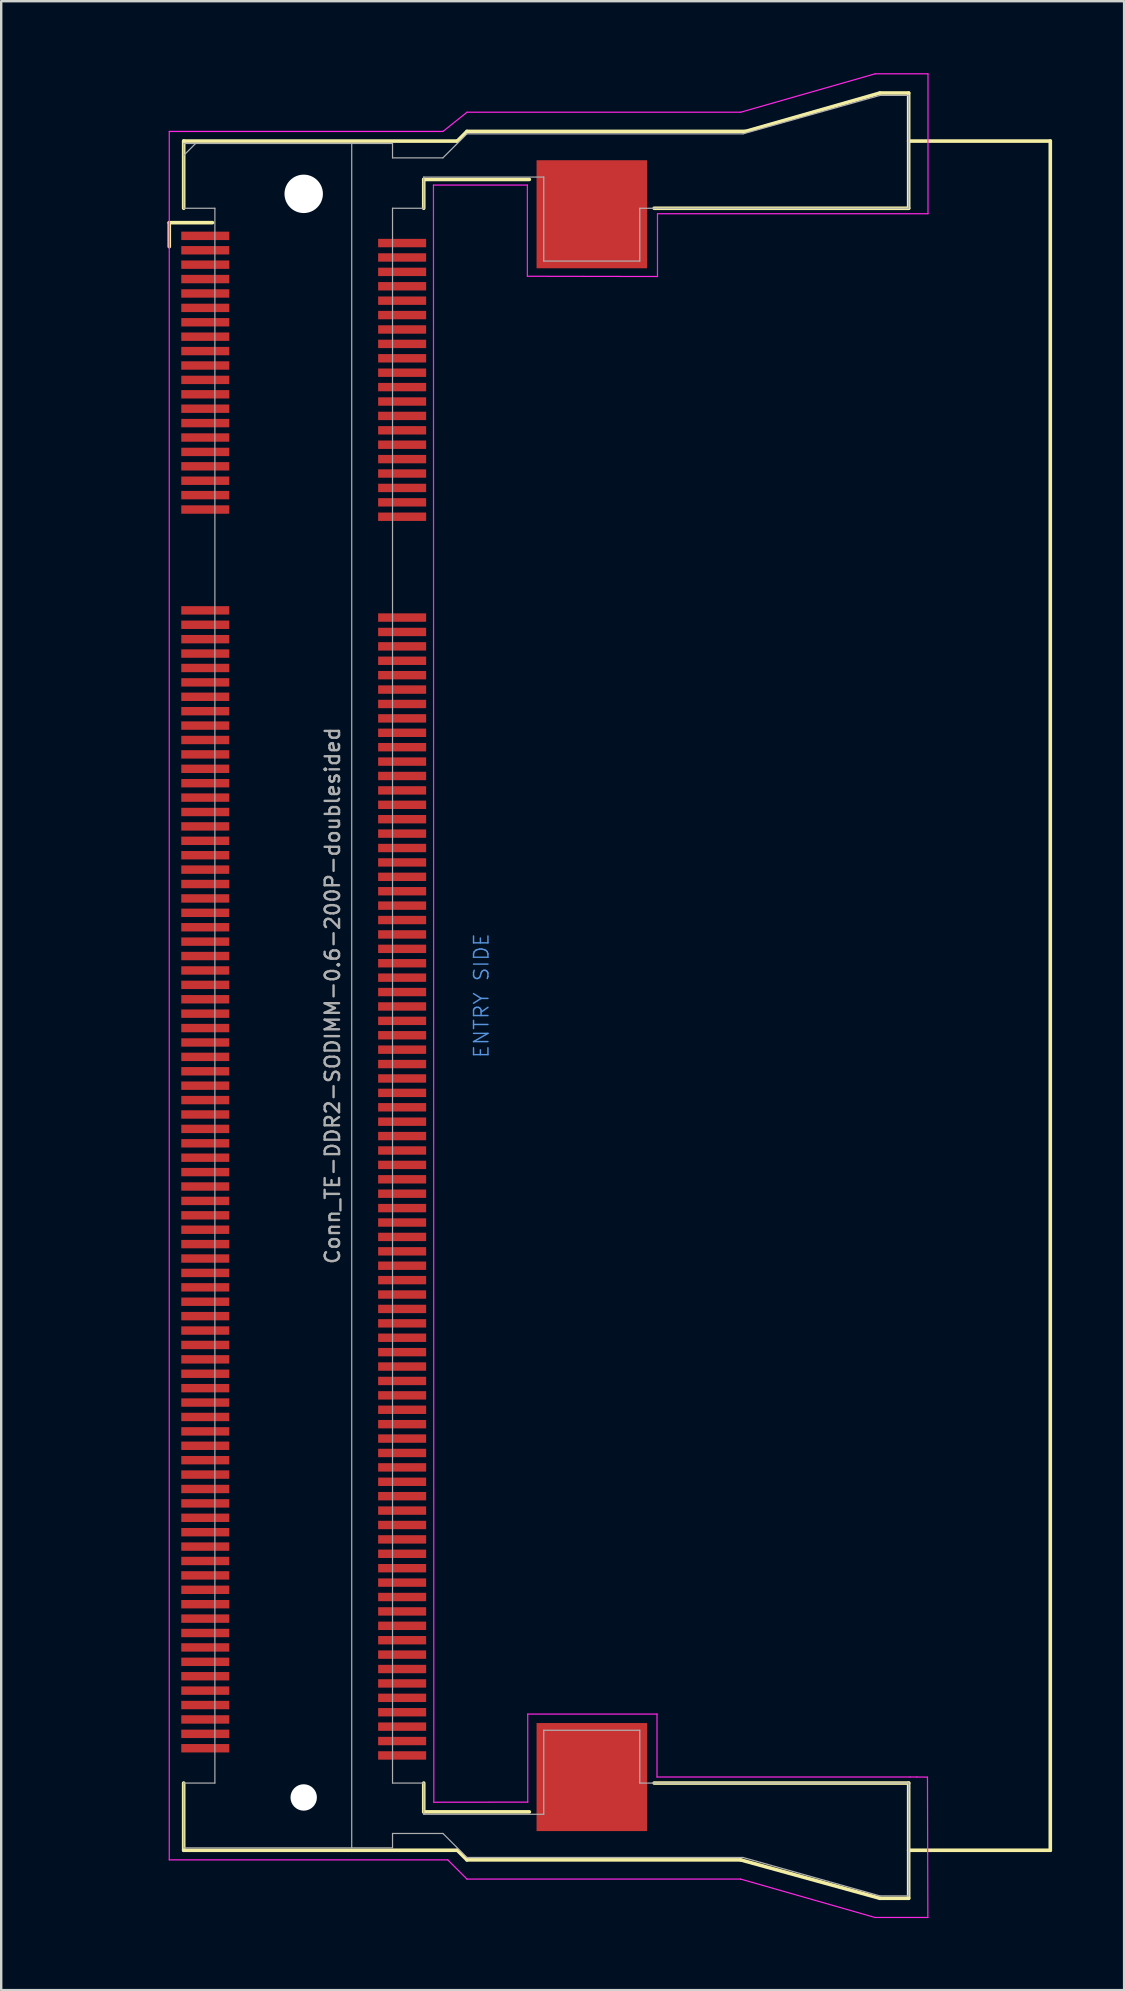
<source format=kicad_pcb>
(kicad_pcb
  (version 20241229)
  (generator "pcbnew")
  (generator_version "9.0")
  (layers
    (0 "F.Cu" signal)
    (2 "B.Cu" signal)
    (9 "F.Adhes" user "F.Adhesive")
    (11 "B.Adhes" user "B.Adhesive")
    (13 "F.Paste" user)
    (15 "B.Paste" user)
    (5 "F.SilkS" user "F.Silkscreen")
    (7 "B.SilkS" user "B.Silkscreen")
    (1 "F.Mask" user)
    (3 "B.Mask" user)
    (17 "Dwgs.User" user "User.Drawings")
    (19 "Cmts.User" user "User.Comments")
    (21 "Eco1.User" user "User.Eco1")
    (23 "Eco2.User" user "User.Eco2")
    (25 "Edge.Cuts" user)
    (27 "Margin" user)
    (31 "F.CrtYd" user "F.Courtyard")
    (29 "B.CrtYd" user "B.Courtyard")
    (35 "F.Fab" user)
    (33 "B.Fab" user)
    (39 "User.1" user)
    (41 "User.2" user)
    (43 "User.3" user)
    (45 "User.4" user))
  (footprint "Conn_TE-DDR2-SODIMM-0.6-200P-doublesided"
    (layer "F.Cu")
    (at 9.601 38.425)
    (property "Reference" "Conn_TE-DDR2-SODIMM-0.6-200P-doublesided" (at 1.2 0 90) (layer "F.Fab") (effects (font (size 0.6 0.6) (thickness 0.1))))
    (attr through_hole)
    (fp_line (start -5.6 -32.2) (end -3.8 -32.2) (stroke (width 0.15) (type solid)) (layer "F.SilkS"))
    (fp_line (start -5.6 -31.2) (end -5.6 -32.2) (stroke (width 0.15) (type solid)) (layer "F.SilkS"))
    (fp_line (start -5 -35.6) (end 6.4 -35.6) (stroke (width 0.15) (type solid)) (layer "F.SilkS"))
    (fp_line (start -5 -32.8) (end -5 -35.6) (stroke (width 0.15) (type solid)) (layer "F.SilkS"))
    (fp_line (start -5 32.8) (end -5 35.6) (stroke (width 0.15) (type solid)) (layer "F.SilkS"))
    (fp_line (start -5 35.6) (end 6.4 35.6) (stroke (width 0.15) (type solid)) (layer "F.SilkS"))
    (fp_line (start 5 -34) (end 9.4 -34) (stroke (width 0.15) (type solid)) (layer "F.SilkS"))
    (fp_line (start 5 -32.8) (end 5 -34) (stroke (width 0.15) (type solid)) (layer "F.SilkS"))
    (fp_line (start 5 34) (end 5 32.8) (stroke (width 0.15) (type solid)) (layer "F.SilkS"))
    (fp_line (start 6.4 -35.6) (end 6.8 -36) (stroke (width 0.15) (type solid)) (layer "F.SilkS"))
    (fp_line (start 6.4 35.6) (end 6.8 36) (stroke (width 0.15) (type solid)) (layer "F.SilkS"))
    (fp_line (start 6.8 -36) (end 18.4 -36) (stroke (width 0.15) (type solid)) (layer "F.SilkS"))
    (fp_line (start 6.8 36) (end 18.2 36) (stroke (width 0.15) (type solid)) (layer "F.SilkS"))
    (fp_line (start 9.4 34) (end 5 34) (stroke (width 0.15) (type solid)) (layer "F.SilkS"))
    (fp_line (start 14.6 -32.8) (end 25.2 -32.8) (stroke (width 0.15) (type solid)) (layer "F.SilkS"))
    (fp_line (start 14.6 32.8) (end 25.2 32.8) (stroke (width 0.15) (type solid)) (layer "F.SilkS"))
    (fp_line (start 18.2 36) (end 24 37.6) (stroke (width 0.15) (type solid)) (layer "F.SilkS"))
    (fp_line (start 18.4 -36) (end 24 -37.6) (stroke (width 0.15) (type solid)) (layer "F.SilkS"))
    (fp_line (start 24 -37.6) (end 25.2 -37.6) (stroke (width 0.15) (type solid)) (layer "F.SilkS"))
    (fp_line (start 24 37.6) (end 25.2 37.6) (stroke (width 0.15) (type solid)) (layer "F.SilkS"))
    (fp_line (start 25.2 -37.6) (end 25.2 -32.8) (stroke (width 0.15) (type solid)) (layer "F.SilkS"))
    (fp_line (start 25.2 -35.6) (end 31.1 -35.6) (stroke (width 0.15) (type solid)) (layer "F.SilkS"))
    (fp_line (start 25.2 35.6) (end 31.1 35.6) (stroke (width 0.15) (type solid)) (layer "F.SilkS"))
    (fp_line (start 25.2 37.6) (end 25.2 32.8) (stroke (width 0.15) (type solid)) (layer "F.SilkS"))
    (fp_line (start 31.1 -35.6) (end 31.1 35.6) (stroke (width 0.15) (type solid)) (layer "F.SilkS"))
    (fp_line (start -5.6 -36) (end -5.6 36) (stroke (width 0.05) (type solid)) (layer "F.CrtYd"))
    (fp_line (start -5.6 -36) (end 5.8 -36) (stroke (width 0.05) (type solid)) (layer "F.CrtYd"))
    (fp_line (start -5.6 36) (end 6 36) (stroke (width 0.05) (type solid)) (layer "F.CrtYd"))
    (fp_line (start 5.405 -33.767) (end 5.42 33.599) (stroke (width 0.05) (type solid)) (layer "F.CrtYd"))
    (fp_line (start 5.42 33.599) (end 9.332 33.594) (stroke (width 0.05) (type solid)) (layer "F.CrtYd"))
    (fp_line (start 6 36) (end 6.8 36.8) (stroke (width 0.05) (type solid)) (layer "F.CrtYd"))
    (fp_line (start 6.8 -36.8) (end 5.8 -36) (stroke (width 0.05) (type solid)) (layer "F.CrtYd"))
    (fp_line (start 6.8 36.8) (end 18.2 36.8) (stroke (width 0.05) (type solid)) (layer "F.CrtYd"))
    (fp_line (start 9.317 -33.767) (end 5.405 -33.767) (stroke (width 0.05) (type solid)) (layer "F.CrtYd"))
    (fp_line (start 9.317 -29.967) (end 9.317 -33.767) (stroke (width 0.05) (type solid)) (layer "F.CrtYd"))
    (fp_line (start 9.332 29.926) (end 14.717 29.926) (stroke (width 0.05) (type solid)) (layer "F.CrtYd"))
    (fp_line (start 9.332 33.594) (end 9.332 29.926) (stroke (width 0.05) (type solid)) (layer "F.CrtYd"))
    (fp_line (start 14.717 29.926) (end 14.717 32.548) (stroke (width 0.05) (type solid)) (layer "F.CrtYd"))
    (fp_line (start 14.717 32.548) (end 25.258 32.548) (stroke (width 0.05) (type solid)) (layer "F.CrtYd"))
    (fp_line (start 14.737 -32.573) (end 14.737 -30.058) (stroke (width 0.05) (type solid)) (layer "F.CrtYd"))
    (fp_line (start 14.737 -30.058) (end 14.737 -29.957) (stroke (width 0.05) (type solid)) (layer "F.CrtYd"))
    (fp_line (start 14.737 -29.957) (end 9.317 -29.967) (stroke (width 0.05) (type solid)) (layer "F.CrtYd"))
    (fp_line (start 18.2 -36.8) (end 6.8 -36.8) (stroke (width 0.05) (type solid)) (layer "F.CrtYd"))
    (fp_line (start 18.2 36.8) (end 23.8 38.4) (stroke (width 0.05) (type solid)) (layer "F.CrtYd"))
    (fp_line (start 23.8 -38.4) (end 18.2 -36.8) (stroke (width 0.05) (type solid)) (layer "F.CrtYd"))
    (fp_line (start 23.8 38.4) (end 26 38.4) (stroke (width 0.05) (type solid)) (layer "F.CrtYd"))
    (fp_line (start 25.258 32.548) (end 25.542 32.548) (stroke (width 0.05) (type solid)) (layer "F.CrtYd"))
    (fp_line (start 25.542 32.548) (end 25.984 32.553) (stroke (width 0.05) (type solid)) (layer "F.CrtYd"))
    (fp_line (start 25.984 32.553) (end 25.999 38.4) (stroke (width 0.05) (type solid)) (layer "F.CrtYd"))
    (fp_line (start 26 -38.4) (end 23.8 -38.4) (stroke (width 0.05) (type solid)) (layer "F.CrtYd"))
    (fp_line (start 26.005 -38.4) (end 26.005 -32.573) (stroke (width 0.05) (type solid)) (layer "F.CrtYd"))
    (fp_line (start 26.005 -32.573) (end 14.737 -32.573) (stroke (width 0.05) (type solid)) (layer "F.CrtYd"))
    (fp_line (start -5 -35.5) (end -5 -32.8) (stroke (width 0.05) (type solid)) (layer "F.Fab"))
    (fp_line (start -5 -35.5) (end 2 -35.5) (stroke (width 0.05) (type solid)) (layer "F.Fab"))
    (fp_line (start -5 -35) (end -4.5 -35.5) (stroke (width 0.05) (type solid)) (layer "F.Fab"))
    (fp_line (start -5 -32.8) (end -3.7 -32.8) (stroke (width 0.05) (type solid)) (layer "F.Fab"))
    (fp_line (start -5 32.8) (end -3.7 32.8) (stroke (width 0.05) (type solid)) (layer "F.Fab"))
    (fp_line (start -5 35.5) (end -5 32.8) (stroke (width 0.05) (type solid)) (layer "F.Fab"))
    (fp_line (start -3.7 32.8) (end -3.7 -32.8) (stroke (width 0.05) (type solid)) (layer "F.Fab"))
    (fp_line (start 2 -35.5) (end 2 35.5) (stroke (width 0.05) (type solid)) (layer "F.Fab"))
    (fp_line (start 2 35.5) (end -5 35.5) (stroke (width 0.05) (type solid)) (layer "F.Fab"))
    (fp_line (start 3.7 -35.5) (end 2 -35.5) (stroke (width 0.05) (type solid)) (layer "F.Fab"))
    (fp_line (start 3.7 -35.5) (end 3.7 -34.9) (stroke (width 0.05) (type solid)) (layer "F.Fab"))
    (fp_line (start 3.7 -32.8) (end 3.7 32.8) (stroke (width 0.05) (type solid)) (layer "F.Fab"))
    (fp_line (start 3.7 -32.8) (end 5 -32.8) (stroke (width 0.05) (type solid)) (layer "F.Fab"))
    (fp_line (start 3.7 34.9) (end 3.7 35.5) (stroke (width 0.05) (type solid)) (layer "F.Fab"))
    (fp_line (start 3.7 34.9) (end 5.8 34.9) (stroke (width 0.05) (type solid)) (layer "F.Fab"))
    (fp_line (start 3.7 35.5) (end 2 35.5) (stroke (width 0.05) (type solid)) (layer "F.Fab"))
    (fp_line (start 5 -34.1) (end 10 -34.1) (stroke (width 0.05) (type solid)) (layer "F.Fab"))
    (fp_line (start 5 -32.8) (end 5 -34.1) (stroke (width 0.05) (type solid)) (layer "F.Fab"))
    (fp_line (start 5 32.8) (end 3.7 32.8) (stroke (width 0.05) (type solid)) (layer "F.Fab"))
    (fp_line (start 5 34.1) (end 5 32.8) (stroke (width 0.05) (type solid)) (layer "F.Fab"))
    (fp_line (start 5 34.1) (end 10 34.1) (stroke (width 0.05) (type solid)) (layer "F.Fab"))
    (fp_line (start 5.8 -34.9) (end 3.7 -34.9) (stroke (width 0.05) (type solid)) (layer "F.Fab"))
    (fp_line (start 5.8 -34.9) (end 6.8 -35.9) (stroke (width 0.05) (type solid)) (layer "F.Fab"))
    (fp_line (start 5.8 34.9) (end 6.8 35.9) (stroke (width 0.05) (type solid)) (layer "F.Fab"))
    (fp_line (start 6.8 -35.9) (end 18.3 -35.9) (stroke (width 0.05) (type solid)) (layer "F.Fab"))
    (fp_line (start 10 -34.1) (end 10 -30.6) (stroke (width 0.05) (type solid)) (layer "F.Fab"))
    (fp_line (start 10 -30.6) (end 14 -30.6) (stroke (width 0.05) (type solid)) (layer "F.Fab"))
    (fp_line (start 10 30.6) (end 14 30.6) (stroke (width 0.05) (type solid)) (layer "F.Fab"))
    (fp_line (start 10 34.1) (end 10 30.6) (stroke (width 0.05) (type solid)) (layer "F.Fab"))
    (fp_line (start 14 -32.8) (end 25.2 -32.8) (stroke (width 0.05) (type solid)) (layer "F.Fab"))
    (fp_line (start 14 -30.6) (end 14 -32.8) (stroke (width 0.05) (type solid)) (layer "F.Fab"))
    (fp_line (start 14 30.6) (end 14 32.8) (stroke (width 0.05) (type solid)) (layer "F.Fab"))
    (fp_line (start 14 32.8) (end 25.2 32.8) (stroke (width 0.05) (type solid)) (layer "F.Fab"))
    (fp_line (start 18.3 35.9) (end 6.8 35.9) (stroke (width 0.05) (type solid)) (layer "F.Fab"))
    (fp_line (start 18.3 35.9) (end 24 37.5) (stroke (width 0.05) (type solid)) (layer "F.Fab"))
    (fp_line (start 24 -37.5) (end 18.3 -35.9) (stroke (width 0.05) (type solid)) (layer "F.Fab"))
    (fp_line (start 25.2 -37.5) (end 24 -37.5) (stroke (width 0.05) (type solid)) (layer "F.Fab"))
    (fp_line (start 25.2 -32.8) (end 25.2 -37.5) (stroke (width 0.05) (type solid)) (layer "F.Fab"))
    (fp_line (start 25.2 37.5) (end 24 37.5) (stroke (width 0.05) (type solid)) (layer "F.Fab"))
    (fp_line (start 25.2 37.5) (end 25.2 32.8) (stroke (width 0.05) (type solid)) (layer "F.Fab"))
    (fp_text user "ENTRY SIDE" (at 7.4 0 90) (layer "Cmts.User") (effects (font (size 0.6 0.6) (thickness 0.06))))
    (fp_text user "${REFERENCE}" (at -4 -35 0) (layer "Eco1.User") (effects (font (size 0.3 0.3) (thickness 0.03))))
    (pad "" np_thru_hole circle (at 0 -33.4) (size 1.6 1.6) (drill 1.6) (layers "*.Cu"))
    (pad "" np_thru_hole circle (at 0 33.4) (size 1.1 1.1) (drill 1.1) (layers "*.Cu"))
    (pad "" smd rect (at 12 -32.55) (size 4.6 4.5) (layers "F.Cu" "F.Mask" "F.Paste"))
    (pad "" smd rect (at 12 32.55) (size 4.6 4.5) (layers "F.Cu" "F.Mask" "F.Paste"))
    (pad "1" smd rect (at -4.1 -31.65) (size 2 0.35) (layers "F.Cu" "F.Mask" "F.Paste"))
    (pad "2" smd rect (at 4.1 -31.35) (size 2 0.35) (layers "F.Cu" "F.Mask" "F.Paste"))
    (pad "3" smd rect (at -4.1 -31.05) (size 2 0.35) (layers "F.Cu" "F.Mask" "F.Paste"))
    (pad "4" smd rect (at 4.1 -30.75) (size 2 0.35) (layers "F.Cu" "F.Mask" "F.Paste"))
    (pad "5" smd rect (at -4.1 -30.45) (size 2 0.35) (layers "F.Cu" "F.Mask" "F.Paste"))
    (pad "6" smd rect (at 4.1 -30.15) (size 2 0.35) (layers "F.Cu" "F.Mask" "F.Paste"))
    (pad "7" smd rect (at -4.1 -29.85) (size 2 0.35) (layers "F.Cu" "F.Mask" "F.Paste"))
    (pad "8" smd rect (at 4.1 -29.55) (size 2 0.35) (layers "F.Cu" "F.Mask" "F.Paste"))
    (pad "9" smd rect (at -4.1 -29.25) (size 2 0.35) (layers "F.Cu" "F.Mask" "F.Paste"))
    (pad "10" smd rect (at 4.1 -28.95) (size 2 0.35) (layers "F.Cu" "F.Mask" "F.Paste"))
    (pad "11" smd rect (at -4.1 -28.65) (size 2 0.35) (layers "F.Cu" "F.Mask" "F.Paste"))
    (pad "12" smd rect (at 4.1 -28.35) (size 2 0.35) (layers "F.Cu" "F.Mask" "F.Paste"))
    (pad "13" smd rect (at -4.1 -28.05) (size 2 0.35) (layers "F.Cu" "F.Mask" "F.Paste"))
    (pad "14" smd rect (at 4.1 -27.75) (size 2 0.35) (layers "F.Cu" "F.Mask" "F.Paste"))
    (pad "15" smd rect (at -4.1 -27.45) (size 2 0.35) (layers "F.Cu" "F.Mask" "F.Paste"))
    (pad "16" smd rect (at 4.1 -27.15) (size 2 0.35) (layers "F.Cu" "F.Mask" "F.Paste"))
    (pad "17" smd rect (at -4.1 -26.85) (size 2 0.35) (layers "F.Cu" "F.Mask" "F.Paste"))
    (pad "18" smd rect (at 4.1 -26.55) (size 2 0.35) (layers "F.Cu" "F.Mask" "F.Paste"))
    (pad "19" smd rect (at -4.1 -26.25) (size 2 0.35) (layers "F.Cu" "F.Mask" "F.Paste"))
    (pad "20" smd rect (at 4.1 -25.95) (size 2 0.35) (layers "F.Cu" "F.Mask" "F.Paste"))
    (pad "21" smd rect (at -4.1 -25.65) (size 2 0.35) (layers "F.Cu" "F.Mask" "F.Paste"))
    (pad "22" smd rect (at 4.1 -25.35) (size 2 0.35) (layers "F.Cu" "F.Mask" "F.Paste"))
    (pad "23" smd rect (at -4.1 -25.05) (size 2 0.35) (layers "F.Cu" "F.Mask" "F.Paste"))
    (pad "24" smd rect (at 4.1 -24.75) (size 2 0.35) (layers "F.Cu" "F.Mask" "F.Paste"))
    (pad "25" smd rect (at -4.1 -24.45) (size 2 0.35) (layers "F.Cu" "F.Mask" "F.Paste"))
    (pad "26" smd rect (at 4.1 -24.15) (size 2 0.35) (layers "F.Cu" "F.Mask" "F.Paste"))
    (pad "27" smd rect (at -4.1 -23.85) (size 2 0.35) (layers "F.Cu" "F.Mask" "F.Paste"))
    (pad "28" smd rect (at 4.1 -23.55) (size 2 0.35) (layers "F.Cu" "F.Mask" "F.Paste"))
    (pad "29" smd rect (at -4.1 -23.25) (size 2 0.35) (layers "F.Cu" "F.Mask" "F.Paste"))
    (pad "30" smd rect (at 4.1 -22.95) (size 2 0.35) (layers "F.Cu" "F.Mask" "F.Paste"))
    (pad "31" smd rect (at -4.1 -22.65) (size 2 0.35) (layers "F.Cu" "F.Mask" "F.Paste"))
    (pad "32" smd rect (at 4.1 -22.35) (size 2 0.35) (layers "F.Cu" "F.Mask" "F.Paste"))
    (pad "33" smd rect (at -4.1 -22.05) (size 2 0.35) (layers "F.Cu" "F.Mask" "F.Paste"))
    (pad "34" smd rect (at 4.1 -21.75) (size 2 0.35) (layers "F.Cu" "F.Mask" "F.Paste"))
    (pad "35" smd rect (at -4.1 -21.45) (size 2 0.35) (layers "F.Cu" "F.Mask" "F.Paste"))
    (pad "36" smd rect (at 4.1 -21.15) (size 2 0.35) (layers "F.Cu" "F.Mask" "F.Paste"))
    (pad "37" smd rect (at -4.1 -20.85) (size 2 0.35) (layers "F.Cu" "F.Mask" "F.Paste"))
    (pad "38" smd rect (at 4.1 -20.55) (size 2 0.35) (layers "F.Cu" "F.Mask" "F.Paste"))
    (pad "39" smd rect (at -4.1 -20.25) (size 2 0.35) (layers "F.Cu" "F.Mask" "F.Paste"))
    (pad "40" smd rect (at 4.1 -19.95) (size 2 0.35) (layers "F.Cu" "F.Mask" "F.Paste"))
    (pad "41" smd rect (at -4.1 -16.05) (size 2 0.35) (layers "F.Cu" "F.Mask" "F.Paste"))
    (pad "42" smd rect (at 4.1 -15.75) (size 2 0.35) (layers "F.Cu" "F.Mask" "F.Paste"))
    (pad "43" smd rect (at -4.1 -15.45) (size 2 0.35) (layers "F.Cu" "F.Mask" "F.Paste"))
    (pad "44" smd rect (at 4.1 -15.15) (size 2 0.35) (layers "F.Cu" "F.Mask" "F.Paste"))
    (pad "45" smd rect (at -4.1 -14.85) (size 2 0.35) (layers "F.Cu" "F.Mask" "F.Paste"))
    (pad "46" smd rect (at 4.1 -14.55) (size 2 0.35) (layers "F.Cu" "F.Mask" "F.Paste"))
    (pad "47" smd rect (at -4.1 -14.25) (size 2 0.35) (layers "F.Cu" "F.Mask" "F.Paste"))
    (pad "48" smd rect (at 4.1 -13.95) (size 2 0.35) (layers "F.Cu" "F.Mask" "F.Paste"))
    (pad "49" smd rect (at -4.1 -13.65) (size 2 0.35) (layers "F.Cu" "F.Mask" "F.Paste"))
    (pad "50" smd rect (at 4.1 -13.35) (size 2 0.35) (layers "F.Cu" "F.Mask" "F.Paste"))
    (pad "51" smd rect (at -4.1 -13.05) (size 2 0.35) (layers "F.Cu" "F.Mask" "F.Paste"))
    (pad "52" smd rect (at 4.1 -12.75) (size 2 0.35) (layers "F.Cu" "F.Mask" "F.Paste"))
    (pad "53" smd rect (at -4.1 -12.45) (size 2 0.35) (layers "F.Cu" "F.Mask" "F.Paste"))
    (pad "54" smd rect (at 4.1 -12.15) (size 2 0.35) (layers "F.Cu" "F.Mask" "F.Paste"))
    (pad "55" smd rect (at -4.1 -11.85) (size 2 0.35) (layers "F.Cu" "F.Mask" "F.Paste"))
    (pad "56" smd rect (at 4.1 -11.55) (size 2 0.35) (layers "F.Cu" "F.Mask" "F.Paste"))
    (pad "57" smd rect (at -4.1 -11.25) (size 2 0.35) (layers "F.Cu" "F.Mask" "F.Paste"))
    (pad "58" smd rect (at 4.1 -10.95) (size 2 0.35) (layers "F.Cu" "F.Mask" "F.Paste"))
    (pad "59" smd rect (at -4.1 -10.65) (size 2 0.35) (layers "F.Cu" "F.Mask" "F.Paste"))
    (pad "60" smd rect (at 4.1 -10.35) (size 2 0.35) (layers "F.Cu" "F.Mask" "F.Paste"))
    (pad "61" smd rect (at -4.1 -10.05) (size 2 0.35) (layers "F.Cu" "F.Mask" "F.Paste"))
    (pad "62" smd rect (at 4.1 -9.75) (size 2 0.35) (layers "F.Cu" "F.Mask" "F.Paste"))
    (pad "63" smd rect (at -4.1 -9.45) (size 2 0.35) (layers "F.Cu" "F.Mask" "F.Paste"))
    (pad "64" smd rect (at 4.1 -9.15) (size 2 0.35) (layers "F.Cu" "F.Mask" "F.Paste"))
    (pad "65" smd rect (at -4.1 -8.85) (size 2 0.35) (layers "F.Cu" "F.Mask" "F.Paste"))
    (pad "66" smd rect (at 4.1 -8.55) (size 2 0.35) (layers "F.Cu" "F.Mask" "F.Paste"))
    (pad "67" smd rect (at -4.1 -8.25) (size 2 0.35) (layers "F.Cu" "F.Mask" "F.Paste"))
    (pad "68" smd rect (at 4.1 -7.95) (size 2 0.35) (layers "F.Cu" "F.Mask" "F.Paste"))
    (pad "69" smd rect (at -4.1 -7.65) (size 2 0.35) (layers "F.Cu" "F.Mask" "F.Paste"))
    (pad "70" smd rect (at 4.1 -7.35) (size 2 0.35) (layers "F.Cu" "F.Mask" "F.Paste"))
    (pad "71" smd rect (at -4.1 -7.05) (size 2 0.35) (layers "F.Cu" "F.Mask" "F.Paste"))
    (pad "72" smd rect (at 4.1 -6.75) (size 2 0.35) (layers "F.Cu" "F.Mask" "F.Paste"))
    (pad "73" smd rect (at -4.1 -6.45) (size 2 0.35) (layers "F.Cu" "F.Mask" "F.Paste"))
    (pad "74" smd rect (at 4.1 -6.15) (size 2 0.35) (layers "F.Cu" "F.Mask" "F.Paste"))
    (pad "75" smd rect (at -4.1 -5.85) (size 2 0.35) (layers "F.Cu" "F.Mask" "F.Paste"))
    (pad "76" smd rect (at 4.1 -5.55) (size 2 0.35) (layers "F.Cu" "F.Mask" "F.Paste"))
    (pad "77" smd rect (at -4.1 -5.25) (size 2 0.35) (layers "F.Cu" "F.Mask" "F.Paste"))
    (pad "78" smd rect (at 4.1 -4.95) (size 2 0.35) (layers "F.Cu" "F.Mask" "F.Paste"))
    (pad "79" smd rect (at -4.1 -4.65) (size 2 0.35) (layers "F.Cu" "F.Mask" "F.Paste"))
    (pad "80" smd rect (at 4.1 -4.35) (size 2 0.35) (layers "F.Cu" "F.Mask" "F.Paste"))
    (pad "81" smd rect (at -4.1 -4.05) (size 2 0.35) (layers "F.Cu" "F.Mask" "F.Paste"))
    (pad "82" smd rect (at 4.1 -3.75) (size 2 0.35) (layers "F.Cu" "F.Mask" "F.Paste"))
    (pad "83" smd rect (at -4.1 -3.45) (size 2 0.35) (layers "F.Cu" "F.Mask" "F.Paste"))
    (pad "84" smd rect (at 4.1 -3.15) (size 2 0.35) (layers "F.Cu" "F.Mask" "F.Paste"))
    (pad "85" smd rect (at -4.1 -2.85) (size 2 0.35) (layers "F.Cu" "F.Mask" "F.Paste"))
    (pad "86" smd rect (at 4.1 -2.55) (size 2 0.35) (layers "F.Cu" "F.Mask" "F.Paste"))
    (pad "87" smd rect (at -4.1 -2.25) (size 2 0.35) (layers "F.Cu" "F.Mask" "F.Paste"))
    (pad "88" smd rect (at 4.1 -1.95) (size 2 0.35) (layers "F.Cu" "F.Mask" "F.Paste"))
    (pad "89" smd rect (at -4.1 -1.65) (size 2 0.35) (layers "F.Cu" "F.Mask" "F.Paste"))
    (pad "90" smd rect (at 4.1 -1.35) (size 2 0.35) (layers "F.Cu" "F.Mask" "F.Paste"))
    (pad "91" smd rect (at -4.1 -1.05) (size 2 0.35) (layers "F.Cu" "F.Mask" "F.Paste"))
    (pad "92" smd rect (at 4.1 -0.75) (size 2 0.35) (layers "F.Cu" "F.Mask" "F.Paste"))
    (pad "93" smd rect (at -4.1 -0.45) (size 2 0.35) (layers "F.Cu" "F.Mask" "F.Paste"))
    (pad "94" smd rect (at 4.1 -0.15) (size 2 0.35) (layers "F.Cu" "F.Mask" "F.Paste"))
    (pad "95" smd rect (at -4.1 0.15) (size 2 0.35) (layers "F.Cu" "F.Mask" "F.Paste"))
    (pad "96" smd rect (at 4.1 0.45) (size 2 0.35) (layers "F.Cu" "F.Mask" "F.Paste"))
    (pad "97" smd rect (at -4.1 0.75) (size 2 0.35) (layers "F.Cu" "F.Mask" "F.Paste"))
    (pad "98" smd rect (at 4.1 1.05) (size 2 0.35) (layers "F.Cu" "F.Mask" "F.Paste"))
    (pad "99" smd rect (at -4.1 1.35) (size 2 0.35) (layers "F.Cu" "F.Mask" "F.Paste"))
    (pad "100" smd rect (at 4.1 1.65) (size 2 0.35) (layers "F.Cu" "F.Mask" "F.Paste"))
    (pad "101" smd rect (at -4.1 1.95) (size 2 0.35) (layers "F.Cu" "F.Mask" "F.Paste"))
    (pad "102" smd rect (at 4.1 2.25) (size 2 0.35) (layers "F.Cu" "F.Mask" "F.Paste"))
    (pad "103" smd rect (at -4.1 2.55) (size 2 0.35) (layers "F.Cu" "F.Mask" "F.Paste"))
    (pad "104" smd rect (at 4.1 2.85) (size 2 0.35) (layers "F.Cu" "F.Mask" "F.Paste"))
    (pad "105" smd rect (at -4.1 3.15) (size 2 0.35) (layers "F.Cu" "F.Mask" "F.Paste"))
    (pad "106" smd rect (at 4.1 3.45) (size 2 0.35) (layers "F.Cu" "F.Mask" "F.Paste"))
    (pad "107" smd rect (at -4.1 3.75) (size 2 0.35) (layers "F.Cu" "F.Mask" "F.Paste"))
    (pad "108" smd rect (at 4.1 4.05) (size 2 0.35) (layers "F.Cu" "F.Mask" "F.Paste"))
    (pad "109" smd rect (at -4.1 4.35) (size 2 0.35) (layers "F.Cu" "F.Mask" "F.Paste"))
    (pad "110" smd rect (at 4.1 4.65) (size 2 0.35) (layers "F.Cu" "F.Mask" "F.Paste"))
    (pad "111" smd rect (at -4.1 4.95) (size 2 0.35) (layers "F.Cu" "F.Mask" "F.Paste"))
    (pad "112" smd rect (at 4.1 5.25) (size 2 0.35) (layers "F.Cu" "F.Mask" "F.Paste"))
    (pad "113" smd rect (at -4.1 5.55) (size 2 0.35) (layers "F.Cu" "F.Mask" "F.Paste"))
    (pad "114" smd rect (at 4.1 5.85) (size 2 0.35) (layers "F.Cu" "F.Mask" "F.Paste"))
    (pad "115" smd rect (at -4.1 6.15) (size 2 0.35) (layers "F.Cu" "F.Mask" "F.Paste"))
    (pad "116" smd rect (at 4.1 6.45) (size 2 0.35) (layers "F.Cu" "F.Mask" "F.Paste"))
    (pad "117" smd rect (at -4.1 6.75) (size 2 0.35) (layers "F.Cu" "F.Mask" "F.Paste"))
    (pad "118" smd rect (at 4.1 7.05) (size 2 0.35) (layers "F.Cu" "F.Mask" "F.Paste"))
    (pad "119" smd rect (at -4.1 7.35) (size 2 0.35) (layers "F.Cu" "F.Mask" "F.Paste"))
    (pad "120" smd rect (at 4.1 7.65) (size 2 0.35) (layers "F.Cu" "F.Mask" "F.Paste"))
    (pad "121" smd rect (at -4.1 7.95) (size 2 0.35) (layers "F.Cu" "F.Mask" "F.Paste"))
    (pad "122" smd rect (at 4.1 8.25) (size 2 0.35) (layers "F.Cu" "F.Mask" "F.Paste"))
    (pad "123" smd rect (at -4.1 8.55) (size 2 0.35) (layers "F.Cu" "F.Mask" "F.Paste"))
    (pad "124" smd rect (at 4.1 8.85) (size 2 0.35) (layers "F.Cu" "F.Mask" "F.Paste"))
    (pad "125" smd rect (at -4.1 9.15) (size 2 0.35) (layers "F.Cu" "F.Mask" "F.Paste"))
    (pad "126" smd rect (at 4.1 9.45) (size 2 0.35) (layers "F.Cu" "F.Mask" "F.Paste"))
    (pad "127" smd rect (at -4.1 9.75) (size 2 0.35) (layers "F.Cu" "F.Mask" "F.Paste"))
    (pad "128" smd rect (at 4.1 10.05) (size 2 0.35) (layers "F.Cu" "F.Mask" "F.Paste"))
    (pad "129" smd rect (at -4.1 10.35) (size 2 0.35) (layers "F.Cu" "F.Mask" "F.Paste"))
    (pad "130" smd rect (at 4.1 10.65) (size 2 0.35) (layers "F.Cu" "F.Mask" "F.Paste"))
    (pad "131" smd rect (at -4.1 10.95) (size 2 0.35) (layers "F.Cu" "F.Mask" "F.Paste"))
    (pad "132" smd rect (at 4.1 11.25) (size 2 0.35) (layers "F.Cu" "F.Mask" "F.Paste"))
    (pad "133" smd rect (at -4.1 11.55) (size 2 0.35) (layers "F.Cu" "F.Mask" "F.Paste"))
    (pad "134" smd rect (at 4.1 11.85) (size 2 0.35) (layers "F.Cu" "F.Mask" "F.Paste"))
    (pad "135" smd rect (at -4.1 12.15) (size 2 0.35) (layers "F.Cu" "F.Mask" "F.Paste"))
    (pad "136" smd rect (at 4.1 12.45) (size 2 0.35) (layers "F.Cu" "F.Mask" "F.Paste"))
    (pad "137" smd rect (at -4.1 12.75) (size 2 0.35) (layers "F.Cu" "F.Mask" "F.Paste"))
    (pad "138" smd rect (at 4.1 13.05) (size 2 0.35) (layers "F.Cu" "F.Mask" "F.Paste"))
    (pad "139" smd rect (at -4.1 13.35) (size 2 0.35) (layers "F.Cu" "F.Mask" "F.Paste"))
    (pad "140" smd rect (at 4.1 13.65) (size 2 0.35) (layers "F.Cu" "F.Mask" "F.Paste"))
    (pad "141" smd rect (at -4.1 13.95) (size 2 0.35) (layers "F.Cu" "F.Mask" "F.Paste"))
    (pad "142" smd rect (at 4.1 14.25) (size 2 0.35) (layers "F.Cu" "F.Mask" "F.Paste"))
    (pad "143" smd rect (at -4.1 14.55) (size 2 0.35) (layers "F.Cu" "F.Mask" "F.Paste"))
    (pad "144" smd rect (at 4.1 14.85) (size 2 0.35) (layers "F.Cu" "F.Mask" "F.Paste"))
    (pad "145" smd rect (at -4.1 15.15) (size 2 0.35) (layers "F.Cu" "F.Mask" "F.Paste"))
    (pad "146" smd rect (at 4.1 15.45) (size 2 0.35) (layers "F.Cu" "F.Mask" "F.Paste"))
    (pad "147" smd rect (at -4.1 15.75) (size 2 0.35) (layers "F.Cu" "F.Mask" "F.Paste"))
    (pad "148" smd rect (at 4.1 16.05) (size 2 0.35) (layers "F.Cu" "F.Mask" "F.Paste"))
    (pad "149" smd rect (at -4.1 16.35) (size 2 0.35) (layers "F.Cu" "F.Mask" "F.Paste"))
    (pad "150" smd rect (at 4.1 16.65) (size 2 0.35) (layers "F.Cu" "F.Mask" "F.Paste"))
    (pad "151" smd rect (at -4.1 16.95) (size 2 0.35) (layers "F.Cu" "F.Mask" "F.Paste"))
    (pad "152" smd rect (at 4.1 17.25) (size 2 0.35) (layers "F.Cu" "F.Mask" "F.Paste"))
    (pad "153" smd rect (at -4.1 17.55) (size 2 0.35) (layers "F.Cu" "F.Mask" "F.Paste"))
    (pad "154" smd rect (at 4.1 17.85) (size 2 0.35) (layers "F.Cu" "F.Mask" "F.Paste"))
    (pad "155" smd rect (at -4.1 18.15) (size 2 0.35) (layers "F.Cu" "F.Mask" "F.Paste"))
    (pad "156" smd rect (at 4.1 18.45) (size 2 0.35) (layers "F.Cu" "F.Mask" "F.Paste"))
    (pad "157" smd rect (at -4.1 18.75) (size 2 0.35) (layers "F.Cu" "F.Mask" "F.Paste"))
    (pad "158" smd rect (at 4.1 19.05) (size 2 0.35) (layers "F.Cu" "F.Mask" "F.Paste"))
    (pad "159" smd rect (at -4.1 19.35) (size 2 0.35) (layers "F.Cu" "F.Mask" "F.Paste"))
    (pad "160" smd rect (at 4.1 19.65) (size 2 0.35) (layers "F.Cu" "F.Mask" "F.Paste"))
    (pad "161" smd rect (at -4.1 19.95) (size 2 0.35) (layers "F.Cu" "F.Mask" "F.Paste"))
    (pad "162" smd rect (at 4.1 20.25) (size 2 0.35) (layers "F.Cu" "F.Mask" "F.Paste"))
    (pad "163" smd rect (at -4.1 20.55) (size 2 0.35) (layers "F.Cu" "F.Mask" "F.Paste"))
    (pad "164" smd rect (at 4.1 20.85) (size 2 0.35) (layers "F.Cu" "F.Mask" "F.Paste"))
    (pad "165" smd rect (at -4.1 21.15) (size 2 0.35) (layers "F.Cu" "F.Mask" "F.Paste"))
    (pad "166" smd rect (at 4.1 21.45) (size 2 0.35) (layers "F.Cu" "F.Mask" "F.Paste"))
    (pad "167" smd rect (at -4.1 21.75) (size 2 0.35) (layers "F.Cu" "F.Mask" "F.Paste"))
    (pad "168" smd rect (at 4.1 22.05) (size 2 0.35) (layers "F.Cu" "F.Mask" "F.Paste"))
    (pad "169" smd rect (at -4.1 22.35) (size 2 0.35) (layers "F.Cu" "F.Mask" "F.Paste"))
    (pad "170" smd rect (at 4.1 22.65) (size 2 0.35) (layers "F.Cu" "F.Mask" "F.Paste"))
    (pad "171" smd rect (at -4.1 22.95) (size 2 0.35) (layers "F.Cu" "F.Mask" "F.Paste"))
    (pad "172" smd rect (at 4.1 23.25) (size 2 0.35) (layers "F.Cu" "F.Mask" "F.Paste"))
    (pad "173" smd rect (at -4.1 23.55) (size 2 0.35) (layers "F.Cu" "F.Mask" "F.Paste"))
    (pad "174" smd rect (at 4.1 23.85) (size 2 0.35) (layers "F.Cu" "F.Mask" "F.Paste"))
    (pad "175" smd rect (at -4.1 24.15) (size 2 0.35) (layers "F.Cu" "F.Mask" "F.Paste"))
    (pad "176" smd rect (at 4.1 24.45) (size 2 0.35) (layers "F.Cu" "F.Mask" "F.Paste"))
    (pad "177" smd rect (at -4.1 24.75) (size 2 0.35) (layers "F.Cu" "F.Mask" "F.Paste"))
    (pad "178" smd rect (at 4.1 25.05) (size 2 0.35) (layers "F.Cu" "F.Mask" "F.Paste"))
    (pad "179" smd rect (at -4.1 25.35) (size 2 0.35) (layers "F.Cu" "F.Mask" "F.Paste"))
    (pad "180" smd rect (at 4.1 25.65) (size 2 0.35) (layers "F.Cu" "F.Mask" "F.Paste"))
    (pad "181" smd rect (at -4.1 25.95) (size 2 0.35) (layers "F.Cu" "F.Mask" "F.Paste"))
    (pad "182" smd rect (at 4.1 26.25) (size 2 0.35) (layers "F.Cu" "F.Mask" "F.Paste"))
    (pad "183" smd rect (at -4.1 26.55) (size 2 0.35) (layers "F.Cu" "F.Mask" "F.Paste"))
    (pad "184" smd rect (at 4.1 26.85) (size 2 0.35) (layers "F.Cu" "F.Mask" "F.Paste"))
    (pad "185" smd rect (at -4.1 27.15) (size 2 0.35) (layers "F.Cu" "F.Mask" "F.Paste"))
    (pad "186" smd rect (at 4.1 27.45) (size 2 0.35) (layers "F.Cu" "F.Mask" "F.Paste"))
    (pad "187" smd rect (at -4.1 27.75) (size 2 0.35) (layers "F.Cu" "F.Mask" "F.Paste"))
    (pad "188" smd rect (at 4.1 28.05) (size 2 0.35) (layers "F.Cu" "F.Mask" "F.Paste"))
    (pad "189" smd rect (at -4.1 28.35) (size 2 0.35) (layers "F.Cu" "F.Mask" "F.Paste"))
    (pad "190" smd rect (at 4.1 28.65) (size 2 0.35) (layers "F.Cu" "F.Mask" "F.Paste"))
    (pad "191" smd rect (at -4.1 28.95) (size 2 0.35) (layers "F.Cu" "F.Mask" "F.Paste"))
    (pad "192" smd rect (at 4.1 29.25) (size 2 0.35) (layers "F.Cu" "F.Mask" "F.Paste"))
    (pad "193" smd rect (at -4.1 29.55) (size 2 0.35) (layers "F.Cu" "F.Mask" "F.Paste"))
    (pad "194" smd rect (at 4.1 29.85) (size 2 0.35) (layers "F.Cu" "F.Mask" "F.Paste"))
    (pad "195" smd rect (at -4.1 30.15) (size 2 0.35) (layers "F.Cu" "F.Mask" "F.Paste"))
    (pad "196" smd rect (at 4.1 30.45) (size 2 0.35) (layers "F.Cu" "F.Mask" "F.Paste"))
    (pad "197" smd rect (at -4.1 30.75) (size 2 0.35) (layers "F.Cu" "F.Mask" "F.Paste"))
    (pad "198" smd rect (at 4.1 31.05) (size 2 0.35) (layers "F.Cu" "F.Mask" "F.Paste"))
    (pad "199" smd rect (at -4.1 31.35) (size 2 0.35) (layers "F.Cu" "F.Mask" "F.Paste"))
    (pad "200" smd rect (at 4.1 31.65) (size 2 0.35) (layers "F.Cu" "F.Mask" "F.Paste")))
  (gr_rect
    (start -3 -3)
    (end 43.776 79.85)
    (stroke (width 0.1) (type default))
    (fill no)
    (layer "Edge.Cuts")))
</source>
